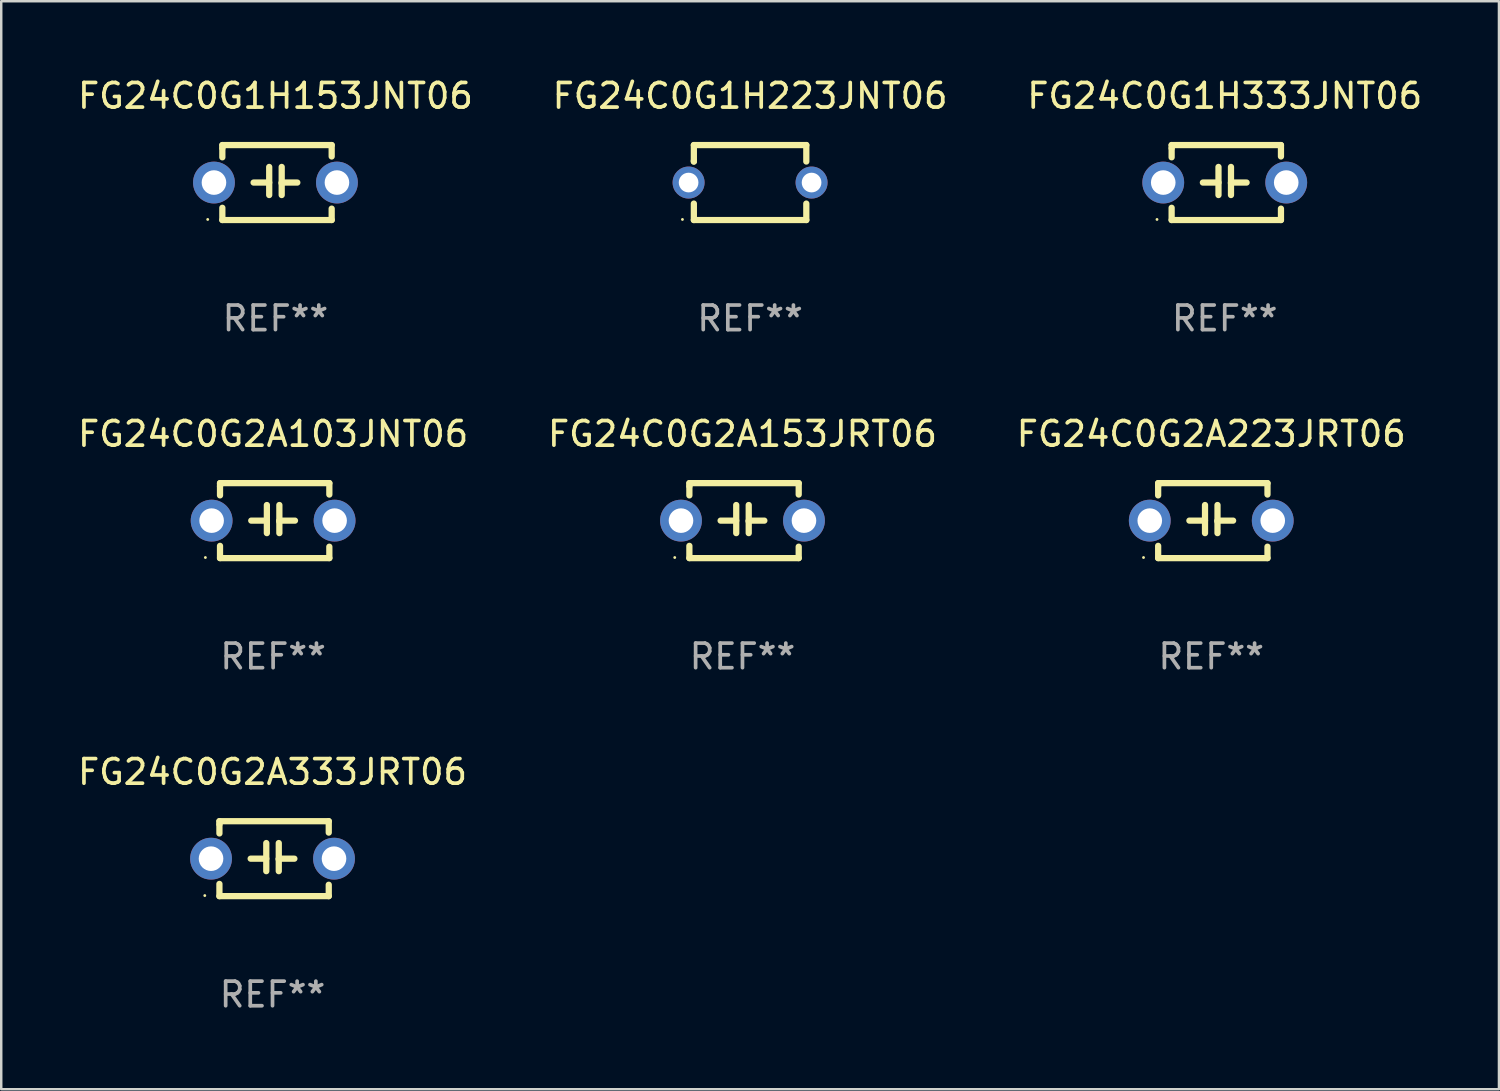
<source format=kicad_pcb>
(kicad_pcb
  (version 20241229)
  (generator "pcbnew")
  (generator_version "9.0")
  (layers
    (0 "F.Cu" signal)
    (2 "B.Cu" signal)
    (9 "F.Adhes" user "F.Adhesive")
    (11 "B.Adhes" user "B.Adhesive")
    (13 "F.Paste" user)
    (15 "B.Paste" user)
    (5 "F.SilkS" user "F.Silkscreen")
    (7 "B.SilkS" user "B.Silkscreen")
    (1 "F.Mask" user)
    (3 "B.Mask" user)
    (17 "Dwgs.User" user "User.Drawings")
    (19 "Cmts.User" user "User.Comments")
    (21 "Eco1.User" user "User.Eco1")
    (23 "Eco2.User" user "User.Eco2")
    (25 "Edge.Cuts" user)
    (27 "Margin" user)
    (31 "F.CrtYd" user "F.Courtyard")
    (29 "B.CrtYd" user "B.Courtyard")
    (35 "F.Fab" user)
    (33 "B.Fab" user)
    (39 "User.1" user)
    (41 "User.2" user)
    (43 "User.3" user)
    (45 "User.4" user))
  (footprint "FG24C0G1H223JNT06"
    (layer "F.Cu")
    (at 27.446 4.372)
    (property "Reference" "FG24C0G1H223JNT06" (at 0 -3.524 0) (layer "F.SilkS") (effects (font (size 1 1) (thickness 0.15))))
    (attr through_hole)
    (fp_line (start -2.286 -1.524) (end 2.286 -1.524) (stroke (width 0.254) (type solid)) (layer "F.SilkS"))
    (fp_line (start -2.286 -0.855) (end -2.286 -1.524) (stroke (width 0.254) (type solid)) (layer "F.SilkS"))
    (fp_line (start -2.286 -0.855) (end -2.286 -0.889) (stroke (width 0.254) (type solid)) (layer "F.SilkS"))
    (fp_line (start -2.286 1.524) (end -2.286 0.855) (stroke (width 0.254) (type solid)) (layer "F.SilkS"))
    (fp_line (start 2.286 -1.524) (end 2.286 -0.855) (stroke (width 0.254) (type solid)) (layer "F.SilkS"))
    (fp_line (start 2.286 0.855) (end 2.286 1.524) (stroke (width 0.254) (type solid)) (layer "F.SilkS"))
    (fp_line (start 2.286 1.524) (end -2.286 1.524) (stroke (width 0.254) (type solid)) (layer "F.SilkS"))
    (fp_circle (center -2.75 1.5) (end -2.72 1.5) (stroke (width 0.06) (type solid)) (fill no) (layer "F.SilkS"))
    (fp_text user "REF**" (at 0 5.524 0) (layer "F.Fab") (effects (font (size 1 1) (thickness 0.15))))
    (pad "1" thru_hole circle (at -2.5 0) (size 1.3 1.3) (drill 0.8) (layers "*.Cu" "*.Mask"))
    (pad "2" thru_hole circle (at 2.5 0) (size 1.3 1.3) (drill 0.8) (layers "*.Cu" "*.Mask")))
  (footprint "FG24C0G1H333JNT06"
    (layer "F.Cu")
    (at 46.744 4.372)
    (property "Reference" "FG24C0G1H333JNT06" (at 0 -3.524 0) (layer "F.SilkS") (effects (font (size 1 1) (thickness 0.15))))
    (attr through_hole)
    (fp_line (start -2.159 -1.524) (end 2.286 -1.524) (stroke (width 0.254) (type solid)) (layer "F.SilkS"))
    (fp_line (start -2.159 -1.397) (end -2.159 -1.524) (stroke (width 0.254) (type solid)) (layer "F.SilkS"))
    (fp_line (start -2.159 -1.026) (end -2.159 -1.397) (stroke (width 0.254) (type solid)) (layer "F.SilkS"))
    (fp_line (start -2.159 1.524) (end -2.159 1.026) (stroke (width 0.254) (type solid)) (layer "F.SilkS"))
    (fp_line (start -0.889 0) (end -0.254 0) (stroke (width 0.254) (type solid)) (layer "F.SilkS"))
    (fp_line (start -0.254 0.508) (end -0.254 -0.635) (stroke (width 0.254) (type solid)) (layer "F.SilkS"))
    (fp_line (start 0.254 -0.635) (end 0.254 0.508) (stroke (width 0.254) (type solid)) (layer "F.SilkS"))
    (fp_line (start 0.254 0.04) (end 0.254 0.02) (stroke (width 0.254) (type solid)) (layer "F.SilkS"))
    (fp_line (start 0.889 0) (end 0.254 0) (stroke (width 0.254) (type solid)) (layer "F.SilkS"))
    (fp_line (start 2.286 -1.524) (end 2.286 -1.06) (stroke (width 0.254) (type solid)) (layer "F.SilkS"))
    (fp_line (start 2.286 1.06) (end 2.286 1.524) (stroke (width 0.254) (type solid)) (layer "F.SilkS"))
    (fp_line (start 2.286 1.524) (end -2.159 1.524) (stroke (width 0.254) (type solid)) (layer "F.SilkS"))
    (fp_circle (center -2.754 1.5) (end -2.724 1.5) (stroke (width 0.06) (type solid)) (fill no) (layer "F.SilkS"))
    (fp_text user "REF**" (at 0 5.524 0) (layer "F.Fab") (effects (font (size 1 1) (thickness 0.15))))
    (pad "1" thru_hole circle (at -2.5 0) (size 1.7 1.7) (drill 1) (layers "*.Cu" "*.Mask"))
    (pad "2" thru_hole circle (at 2.5 0) (size 1.7 1.7) (drill 1) (layers "*.Cu" "*.Mask")))
  (footprint "FG24C0G2A333JRT06"
    (layer "F.Cu")
    (at 8.03 31.861)
    (property "Reference" "FG24C0G2A333JRT06" (at 0 -3.524 0) (layer "F.SilkS") (effects (font (size 1 1) (thickness 0.15))))
    (attr through_hole)
    (fp_line (start -2.159 -1.524) (end 2.286 -1.524) (stroke (width 0.254) (type solid)) (layer "F.SilkS"))
    (fp_line (start -2.159 -1.397) (end -2.159 -1.524) (stroke (width 0.254) (type solid)) (layer "F.SilkS"))
    (fp_line (start -2.159 -1.026) (end -2.159 -1.397) (stroke (width 0.254) (type solid)) (layer "F.SilkS"))
    (fp_line (start -2.159 1.524) (end -2.159 1.026) (stroke (width 0.254) (type solid)) (layer "F.SilkS"))
    (fp_line (start -0.889 0) (end -0.254 0) (stroke (width 0.254) (type solid)) (layer "F.SilkS"))
    (fp_line (start -0.254 0.508) (end -0.254 -0.635) (stroke (width 0.254) (type solid)) (layer "F.SilkS"))
    (fp_line (start 0.254 -0.635) (end 0.254 0.508) (stroke (width 0.254) (type solid)) (layer "F.SilkS"))
    (fp_line (start 0.254 0.04) (end 0.254 0.02) (stroke (width 0.254) (type solid)) (layer "F.SilkS"))
    (fp_line (start 0.889 0) (end 0.254 0) (stroke (width 0.254) (type solid)) (layer "F.SilkS"))
    (fp_line (start 2.286 -1.524) (end 2.286 -1.06) (stroke (width 0.254) (type solid)) (layer "F.SilkS"))
    (fp_line (start 2.286 1.06) (end 2.286 1.524) (stroke (width 0.254) (type solid)) (layer "F.SilkS"))
    (fp_line (start 2.286 1.524) (end -2.159 1.524) (stroke (width 0.254) (type solid)) (layer "F.SilkS"))
    (fp_circle (center -2.754 1.5) (end -2.724 1.5) (stroke (width 0.06) (type solid)) (fill no) (layer "F.SilkS"))
    (fp_text user "REF**" (at 0 5.524 0) (layer "F.Fab") (effects (font (size 1 1) (thickness 0.15))))
    (pad "1" thru_hole circle (at -2.5 0) (size 1.7 1.7) (drill 1) (layers "*.Cu" "*.Mask"))
    (pad "2" thru_hole circle (at 2.5 0) (size 1.7 1.7) (drill 1) (layers "*.Cu" "*.Mask")))
  (footprint "FG24C0G2A153JRT06"
    (layer "F.Cu")
    (at 27.137 18.117)
    (property "Reference" "FG24C0G2A153JRT06" (at 0 -3.524 0) (layer "F.SilkS") (effects (font (size 1 1) (thickness 0.15))))
    (attr through_hole)
    (fp_line (start -2.159 -1.524) (end 2.286 -1.524) (stroke (width 0.254) (type solid)) (layer "F.SilkS"))
    (fp_line (start -2.159 -1.397) (end -2.159 -1.524) (stroke (width 0.254) (type solid)) (layer "F.SilkS"))
    (fp_line (start -2.159 -1.026) (end -2.159 -1.397) (stroke (width 0.254) (type solid)) (layer "F.SilkS"))
    (fp_line (start -2.159 1.524) (end -2.159 1.026) (stroke (width 0.254) (type solid)) (layer "F.SilkS"))
    (fp_line (start -0.889 0) (end -0.254 0) (stroke (width 0.254) (type solid)) (layer "F.SilkS"))
    (fp_line (start -0.254 0.508) (end -0.254 -0.635) (stroke (width 0.254) (type solid)) (layer "F.SilkS"))
    (fp_line (start 0.254 -0.635) (end 0.254 0.508) (stroke (width 0.254) (type solid)) (layer "F.SilkS"))
    (fp_line (start 0.254 0.04) (end 0.254 0.02) (stroke (width 0.254) (type solid)) (layer "F.SilkS"))
    (fp_line (start 0.889 0) (end 0.254 0) (stroke (width 0.254) (type solid)) (layer "F.SilkS"))
    (fp_line (start 2.286 -1.524) (end 2.286 -1.06) (stroke (width 0.254) (type solid)) (layer "F.SilkS"))
    (fp_line (start 2.286 1.06) (end 2.286 1.524) (stroke (width 0.254) (type solid)) (layer "F.SilkS"))
    (fp_line (start 2.286 1.524) (end -2.159 1.524) (stroke (width 0.254) (type solid)) (layer "F.SilkS"))
    (fp_circle (center -2.754 1.5) (end -2.724 1.5) (stroke (width 0.06) (type solid)) (fill no) (layer "F.SilkS"))
    (fp_text user "REF**" (at 0 5.524 0) (layer "F.Fab") (effects (font (size 1 1) (thickness 0.15))))
    (pad "1" thru_hole circle (at -2.5 0) (size 1.7 1.7) (drill 1) (layers "*.Cu" "*.Mask"))
    (pad "2" thru_hole circle (at 2.5 0) (size 1.7 1.7) (drill 1) (layers "*.Cu" "*.Mask")))
  (footprint "FG24C0G1H153JNT06"
    (layer "F.Cu")
    (at 8.149 4.372)
    (property "Reference" "FG24C0G1H153JNT06" (at 0 -3.524 0) (layer "F.SilkS") (effects (font (size 1 1) (thickness 0.15))))
    (attr through_hole)
    (fp_line (start -2.159 -1.524) (end 2.286 -1.524) (stroke (width 0.254) (type solid)) (layer "F.SilkS"))
    (fp_line (start -2.159 -1.397) (end -2.159 -1.524) (stroke (width 0.254) (type solid)) (layer "F.SilkS"))
    (fp_line (start -2.159 -1.026) (end -2.159 -1.397) (stroke (width 0.254) (type solid)) (layer "F.SilkS"))
    (fp_line (start -2.159 1.524) (end -2.159 1.026) (stroke (width 0.254) (type solid)) (layer "F.SilkS"))
    (fp_line (start -0.889 0) (end -0.254 0) (stroke (width 0.254) (type solid)) (layer "F.SilkS"))
    (fp_line (start -0.254 0.508) (end -0.254 -0.635) (stroke (width 0.254) (type solid)) (layer "F.SilkS"))
    (fp_line (start 0.254 -0.635) (end 0.254 0.508) (stroke (width 0.254) (type solid)) (layer "F.SilkS"))
    (fp_line (start 0.254 0.04) (end 0.254 0.02) (stroke (width 0.254) (type solid)) (layer "F.SilkS"))
    (fp_line (start 0.889 0) (end 0.254 0) (stroke (width 0.254) (type solid)) (layer "F.SilkS"))
    (fp_line (start 2.286 -1.524) (end 2.286 -1.06) (stroke (width 0.254) (type solid)) (layer "F.SilkS"))
    (fp_line (start 2.286 1.06) (end 2.286 1.524) (stroke (width 0.254) (type solid)) (layer "F.SilkS"))
    (fp_line (start 2.286 1.524) (end -2.159 1.524) (stroke (width 0.254) (type solid)) (layer "F.SilkS"))
    (fp_circle (center -2.754 1.5) (end -2.724 1.5) (stroke (width 0.06) (type solid)) (fill no) (layer "F.SilkS"))
    (fp_text user "REF**" (at 0 5.524 0) (layer "F.Fab") (effects (font (size 1 1) (thickness 0.15))))
    (pad "1" thru_hole circle (at -2.5 0) (size 1.7 1.7) (drill 1) (layers "*.Cu" "*.Mask"))
    (pad "2" thru_hole circle (at 2.5 0) (size 1.7 1.7) (drill 1) (layers "*.Cu" "*.Mask")))
  (footprint "FG24C0G2A103JNT06"
    (layer "F.Cu")
    (at 8.054 18.117)
    (property "Reference" "FG24C0G2A103JNT06" (at 0 -3.524 0) (layer "F.SilkS") (effects (font (size 1 1) (thickness 0.15))))
    (attr through_hole)
    (fp_line (start -2.159 -1.524) (end 2.286 -1.524) (stroke (width 0.254) (type solid)) (layer "F.SilkS"))
    (fp_line (start -2.159 -1.397) (end -2.159 -1.524) (stroke (width 0.254) (type solid)) (layer "F.SilkS"))
    (fp_line (start -2.159 -1.026) (end -2.159 -1.397) (stroke (width 0.254) (type solid)) (layer "F.SilkS"))
    (fp_line (start -2.159 1.524) (end -2.159 1.026) (stroke (width 0.254) (type solid)) (layer "F.SilkS"))
    (fp_line (start -0.889 0) (end -0.254 0) (stroke (width 0.254) (type solid)) (layer "F.SilkS"))
    (fp_line (start -0.254 0.508) (end -0.254 -0.635) (stroke (width 0.254) (type solid)) (layer "F.SilkS"))
    (fp_line (start 0.254 -0.635) (end 0.254 0.508) (stroke (width 0.254) (type solid)) (layer "F.SilkS"))
    (fp_line (start 0.254 0.04) (end 0.254 0.02) (stroke (width 0.254) (type solid)) (layer "F.SilkS"))
    (fp_line (start 0.889 0) (end 0.254 0) (stroke (width 0.254) (type solid)) (layer "F.SilkS"))
    (fp_line (start 2.286 -1.524) (end 2.286 -1.06) (stroke (width 0.254) (type solid)) (layer "F.SilkS"))
    (fp_line (start 2.286 1.06) (end 2.286 1.524) (stroke (width 0.254) (type solid)) (layer "F.SilkS"))
    (fp_line (start 2.286 1.524) (end -2.159 1.524) (stroke (width 0.254) (type solid)) (layer "F.SilkS"))
    (fp_circle (center -2.754 1.5) (end -2.724 1.5) (stroke (width 0.06) (type solid)) (fill no) (layer "F.SilkS"))
    (fp_text user "REF**" (at 0 5.524 0) (layer "F.Fab") (effects (font (size 1 1) (thickness 0.15))))
    (pad "1" thru_hole circle (at -2.5 0) (size 1.7 1.7) (drill 1) (layers "*.Cu" "*.Mask"))
    (pad "2" thru_hole circle (at 2.5 0) (size 1.7 1.7) (drill 1) (layers "*.Cu" "*.Mask")))
  (footprint "FG24C0G2A223JRT06"
    (layer "F.Cu")
    (at 46.196 18.117)
    (property "Reference" "FG24C0G2A223JRT06" (at 0 -3.524 0) (layer "F.SilkS") (effects (font (size 1 1) (thickness 0.15))))
    (attr through_hole)
    (fp_line (start -2.159 -1.524) (end 2.286 -1.524) (stroke (width 0.254) (type solid)) (layer "F.SilkS"))
    (fp_line (start -2.159 -1.397) (end -2.159 -1.524) (stroke (width 0.254) (type solid)) (layer "F.SilkS"))
    (fp_line (start -2.159 -1.026) (end -2.159 -1.397) (stroke (width 0.254) (type solid)) (layer "F.SilkS"))
    (fp_line (start -2.159 1.524) (end -2.159 1.026) (stroke (width 0.254) (type solid)) (layer "F.SilkS"))
    (fp_line (start -0.889 0) (end -0.254 0) (stroke (width 0.254) (type solid)) (layer "F.SilkS"))
    (fp_line (start -0.254 0.508) (end -0.254 -0.635) (stroke (width 0.254) (type solid)) (layer "F.SilkS"))
    (fp_line (start 0.254 -0.635) (end 0.254 0.508) (stroke (width 0.254) (type solid)) (layer "F.SilkS"))
    (fp_line (start 0.254 0.04) (end 0.254 0.02) (stroke (width 0.254) (type solid)) (layer "F.SilkS"))
    (fp_line (start 0.889 0) (end 0.254 0) (stroke (width 0.254) (type solid)) (layer "F.SilkS"))
    (fp_line (start 2.286 -1.524) (end 2.286 -1.06) (stroke (width 0.254) (type solid)) (layer "F.SilkS"))
    (fp_line (start 2.286 1.06) (end 2.286 1.524) (stroke (width 0.254) (type solid)) (layer "F.SilkS"))
    (fp_line (start 2.286 1.524) (end -2.159 1.524) (stroke (width 0.254) (type solid)) (layer "F.SilkS"))
    (fp_circle (center -2.754 1.5) (end -2.724 1.5) (stroke (width 0.06) (type solid)) (fill no) (layer "F.SilkS"))
    (fp_text user "REF**" (at 0 5.524 0) (layer "F.Fab") (effects (font (size 1 1) (thickness 0.15))))
    (pad "1" thru_hole circle (at -2.5 0) (size 1.7 1.7) (drill 1) (layers "*.Cu" "*.Mask"))
    (pad "2" thru_hole circle (at 2.5 0) (size 1.7 1.7) (drill 1) (layers "*.Cu" "*.Mask")))
  (gr_rect
    (start -3 -3)
    (end 57.893 41.234)
    (stroke (width 0.1) (type default))
    (fill no)
    (layer "Edge.Cuts")))
</source>
